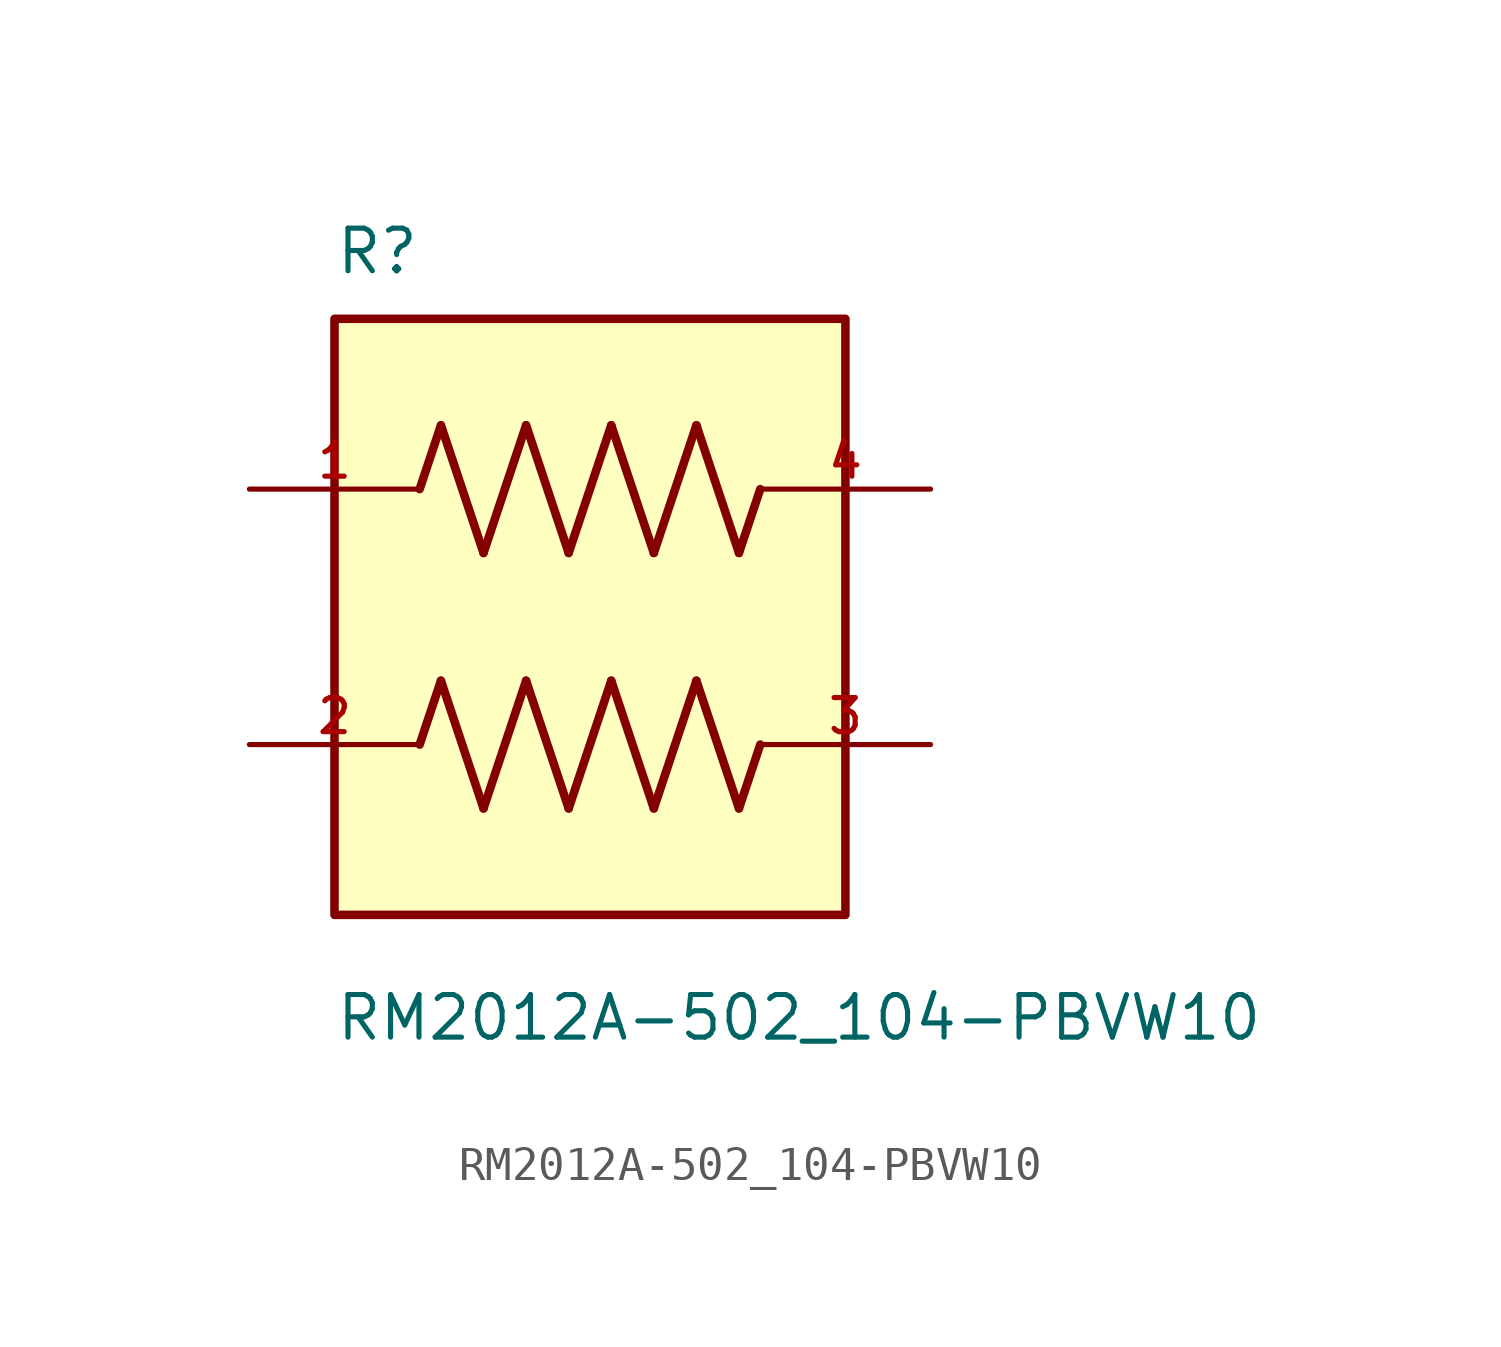
<source format=kicad_sym>
(kicad_symbol_lib
  (version 20211014)
  (generator kicad_symbol_editor)
  (symbol "RM2012A-502_104-PBVW10"
    (pin_names
      (offset 1.016))
    (property "Reference" "R"
      (at -7.62 8.89 0)
      (effects (font (size 1.27 1.27)) (justify bottom left)))
    (property "Value" "RM2012A-502_104-PBVW10"
      (at -7.62 -13.97 0)
      (effects (font (size 1.27 1.27)) (justify bottom left)))
    (symbol "RM2012A-502_104-PBVW10_0_0"
      (polyline (pts (xy -5.08 2.54) (xy -4.445 4.445)) (stroke (width 0.254)))
      (polyline (pts (xy -4.445 4.445) (xy -3.175 0.635)) (stroke (width 0.254)))
      (polyline (pts (xy -3.175 0.635) (xy -1.905 4.445)) (stroke (width 0.254)))
      (polyline (pts (xy -1.905 4.445) (xy -0.635 0.635)) (stroke (width 0.254)))
      (polyline (pts (xy -0.635 0.635) (xy 0.635 4.445)) (stroke (width 0.254)))
      (polyline (pts (xy 0.635 4.445) (xy 1.905 0.635)) (stroke (width 0.254)))
      (polyline (pts (xy 1.905 0.635) (xy 3.175 4.445)) (stroke (width 0.254)))
      (polyline (pts (xy 3.175 4.445) (xy 4.445 0.635)) (stroke (width 0.254)))
      (polyline (pts (xy 4.445 0.635) (xy 5.08 2.54)) (stroke (width 0.254)))
      (polyline (pts (xy -5.08 -5.08) (xy -4.445 -3.175)) (stroke (width 0.254)))
      (polyline (pts (xy -4.445 -3.175) (xy -3.175 -6.985)) (stroke (width 0.254)))
      (polyline (pts (xy -3.175 -6.985) (xy -1.905 -3.175)) (stroke (width 0.254)))
      (polyline (pts (xy -1.905 -3.175) (xy -0.635 -6.985)) (stroke (width 0.254)))
      (polyline (pts (xy -0.635 -6.985) (xy 0.635 -3.175)) (stroke (width 0.254)))
      (polyline (pts (xy 0.635 -3.175) (xy 1.905 -6.985)) (stroke (width 0.254)))
      (polyline (pts (xy 1.905 -6.985) (xy 3.175 -3.175)) (stroke (width 0.254)))
      (polyline (pts (xy 3.175 -3.175) (xy 4.445 -6.985)) (stroke (width 0.254)))
      (polyline (pts (xy 4.445 -6.985) (xy 5.08 -5.08)) (stroke (width 0.254)))
      (rectangle (start -7.62 -10.16) (end 7.62 7.62) (stroke (width 0.254)) (fill (type background)))
      (pin passive line (at -10.16 2.54 0) (length 5.08) (name "~" (effects (font (size 1.016 1.016)))) (number "1" (effects (font (size 1.016 1.016)))))
      (pin passive line (at -10.16 -5.08 0) (length 5.08) (name "~" (effects (font (size 1.016 1.016)))) (number "2" (effects (font (size 1.016 1.016)))))
      (pin passive line (at 10.16 -5.08 180.0) (length 5.08) (name "~" (effects (font (size 1.016 1.016)))) (number "3" (effects (font (size 1.016 1.016)))))
      (pin passive line (at 10.16 2.54 180.0) (length 5.08) (name "~" (effects (font (size 1.016 1.016)))) (number "4" (effects (font (size 1.016 1.016))))))))
</source>
